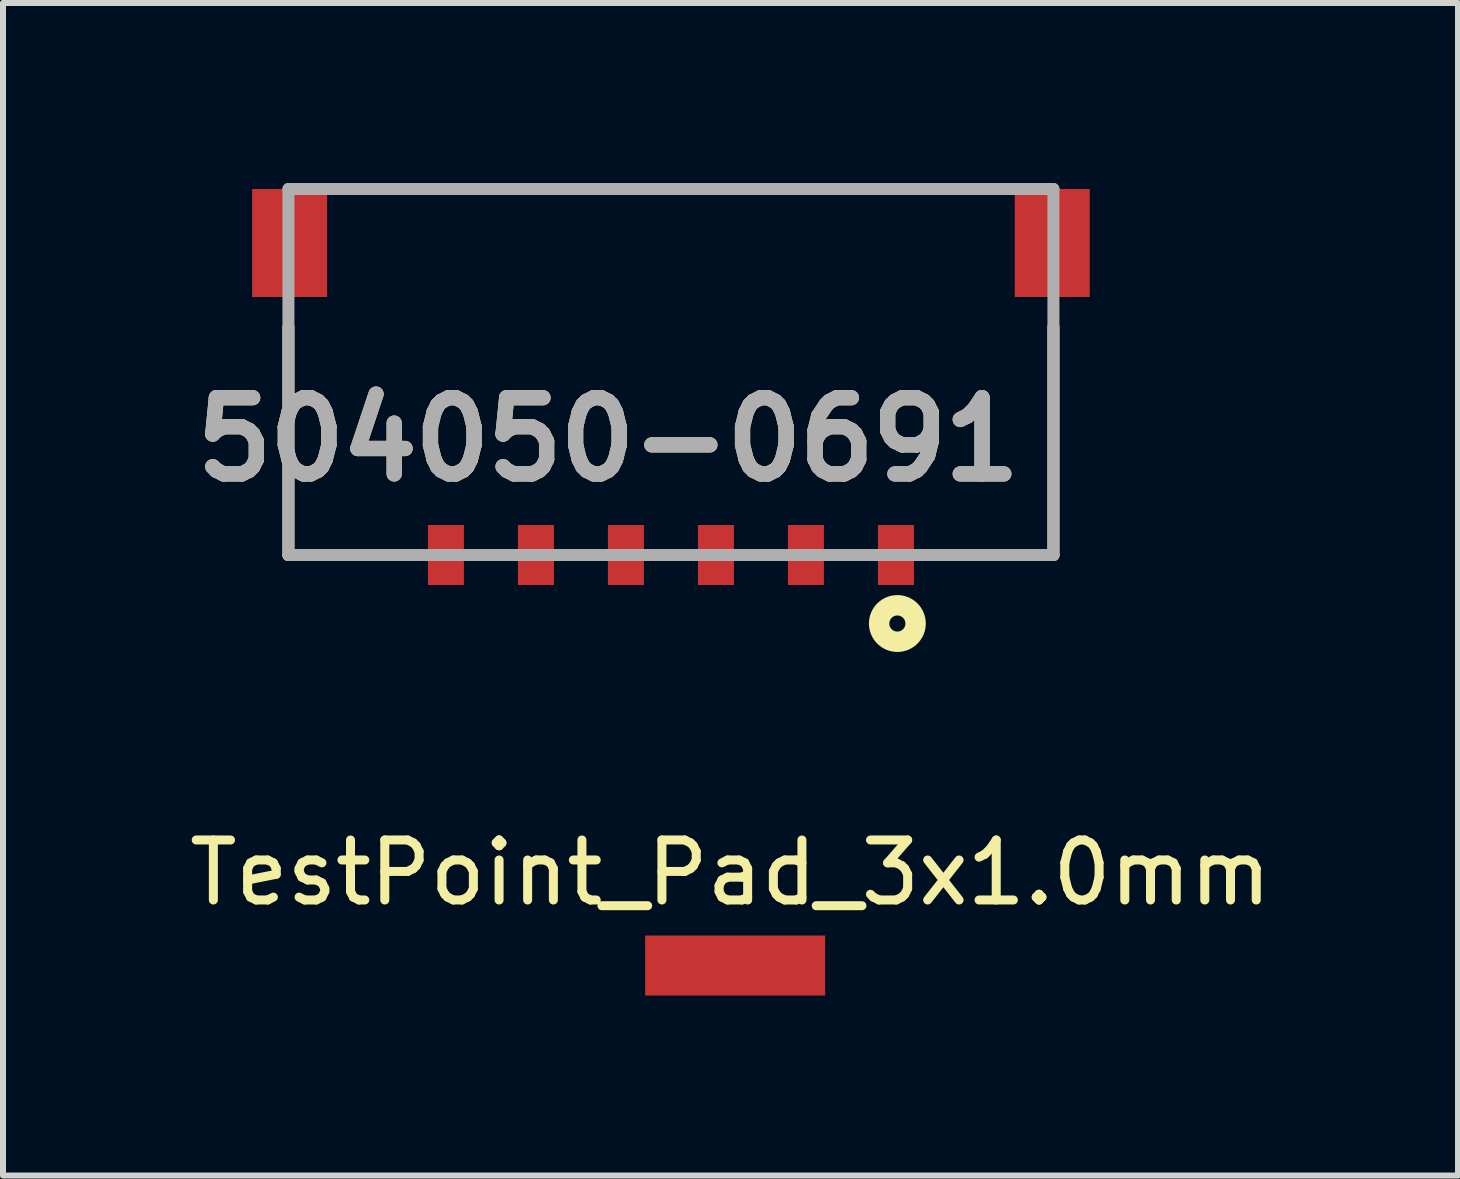
<source format=kicad_pcb>
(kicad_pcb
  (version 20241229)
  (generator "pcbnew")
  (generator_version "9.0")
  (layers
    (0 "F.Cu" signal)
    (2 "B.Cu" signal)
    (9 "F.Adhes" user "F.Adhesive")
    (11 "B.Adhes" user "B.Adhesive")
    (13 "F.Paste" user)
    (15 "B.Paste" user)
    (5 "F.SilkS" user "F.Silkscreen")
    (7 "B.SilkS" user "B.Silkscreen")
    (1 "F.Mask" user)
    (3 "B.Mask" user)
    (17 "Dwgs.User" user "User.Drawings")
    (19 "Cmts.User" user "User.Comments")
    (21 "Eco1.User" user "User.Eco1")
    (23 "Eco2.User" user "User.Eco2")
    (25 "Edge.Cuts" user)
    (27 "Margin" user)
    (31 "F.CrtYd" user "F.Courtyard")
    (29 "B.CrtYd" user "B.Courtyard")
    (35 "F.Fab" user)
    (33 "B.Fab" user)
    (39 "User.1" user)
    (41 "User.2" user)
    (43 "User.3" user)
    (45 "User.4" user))
  (footprint "504050-0691"
    (layer "F.Cu")
    (at 8.132 6.2)
    (property "Reference" "504050-0691" (at -1.044 -1.926 0) (layer "F.SilkS") (effects (font (size 1.27 1.27) (thickness 0.254))))
    (attr smd)
    (fp_line (start -6.375 0) (end -6.375 -3.8) (stroke (width 0.2) (type solid)) (layer "F.SilkS"))
    (fp_line (start -6.375 0) (end -4.609 0) (stroke (width 0.2) (type solid)) (layer "F.SilkS"))
    (fp_line (start -5 -6.1) (end 5 -6.1) (stroke (width 0.2) (type solid)) (layer "F.SilkS"))
    (fp_line (start 6.375 0) (end 4.609 0) (stroke (width 0.2) (type solid)) (layer "F.SilkS"))
    (fp_line (start 6.375 0) (end 6.375 -3.8) (stroke (width 0.2) (type solid)) (layer "F.SilkS"))
    (fp_circle (center 3.774 1.142) (end 3.774 1.276) (stroke (width 0.34) (type solid)) (fill no) (layer "F.SilkS"))
    (fp_line (start -6.375 -6.1) (end 6.375 -6.1) (stroke (width 0.2) (type solid)) (layer "F.Fab"))
    (fp_line (start -6.375 0) (end -6.375 -6.1) (stroke (width 0.2) (type solid)) (layer "F.Fab"))
    (fp_line (start 6.375 -6.1) (end 6.375 0) (stroke (width 0.2) (type solid)) (layer "F.Fab"))
    (fp_line (start 6.375 0) (end -6.375 0) (stroke (width 0.2) (type solid)) (layer "F.Fab"))
    (fp_text user "${REFERENCE}" (at -1.044 -1.926 0) (layer "F.Fab") (effects (font (size 1.27 1.27) (thickness 0.254))))
    (pad "1" smd rect (at 3.75 0) (size 0.6 1) (layers "F.Cu" "F.Mask" "F.Paste"))
    (pad "2" smd rect (at 2.25 0) (size 0.6 1) (layers "F.Cu" "F.Mask" "F.Paste"))
    (pad "3" smd rect (at 0.75 0) (size 0.6 1) (layers "F.Cu" "F.Mask" "F.Paste"))
    (pad "4" smd rect (at -0.75 0) (size 0.6 1) (layers "F.Cu" "F.Mask" "F.Paste"))
    (pad "5" smd rect (at -2.25 0) (size 0.6 1) (layers "F.Cu" "F.Mask" "F.Paste"))
    (pad "6" smd rect (at -3.75 0) (size 0.6 1) (layers "F.Cu" "F.Mask" "F.Paste"))
    (pad "7" smd rect (at -6.355 -5.2) (size 1.25 1.8) (layers "F.Cu" "F.Mask" "F.Paste"))
    (pad "8" smd rect (at 6.355 -5.2) (size 1.25 1.8) (layers "F.Cu" "F.Mask" "F.Paste")))
  (footprint "TestPoint_Pad_3x1.0mm"
    (layer "F.Cu")
    (at 9.203 13.042)
    (property "Reference" "TestPoint_Pad_3x1.0mm" (at -0.078 -1.547 0) (layer "F.SilkS") (effects (font (size 1 1) (thickness 0.15))))
    (attr exclude_from_pos_files)
    (pad "1" smd rect (at 0 0) (size 3 1) (layers "F.Cu" "F.Mask")))
  (gr_rect
    (start -3 -3)
    (end 21.25 16.542)
    (stroke (width 0.1) (type default))
    (fill no)
    (layer "Edge.Cuts")))
</source>
